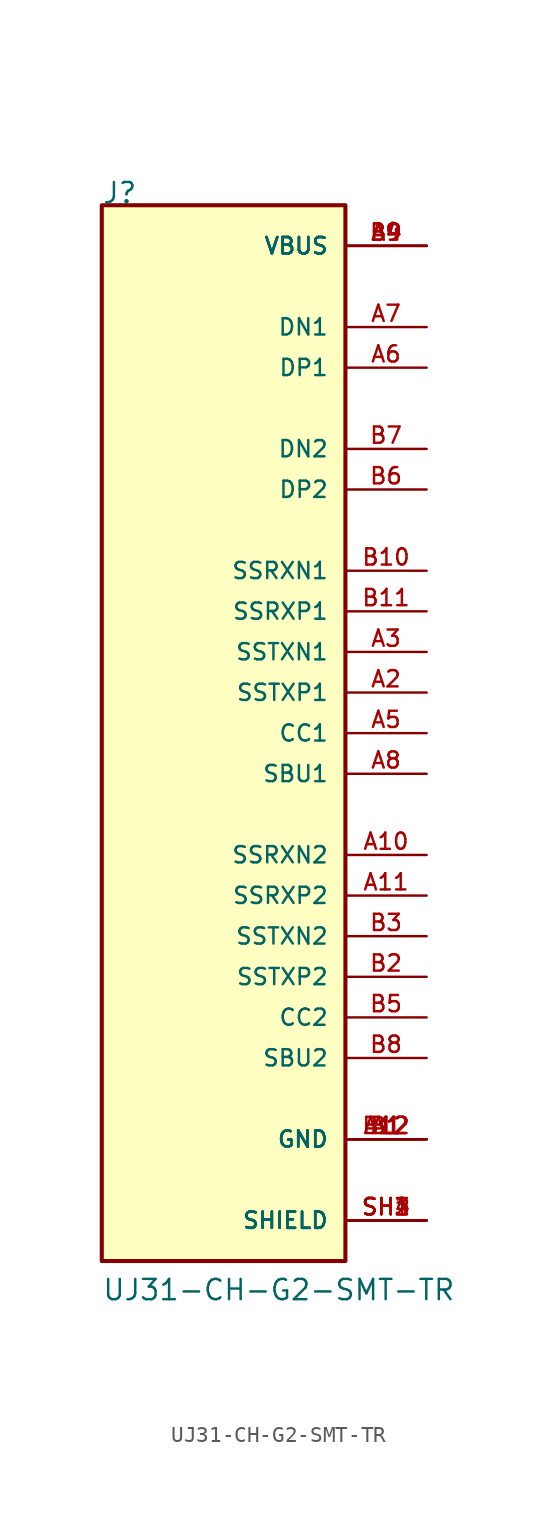
<source format=kicad_sym>
(kicad_symbol_lib
  (version 20211014)
  (generator kicad_symbol_editor)
  (symbol "UJ31-CH-G2-SMT-TR"
    (pin_names
      (offset 1.016))
    (property "Reference" "J"
      (at -7.626 33.045 0)
      (effects (font (size 1.27 1.27)) (justify bottom left)))
    (property "Value" "UJ31-CH-G2-SMT-TR"
      (at -7.622 -35.569 0)
      (effects (font (size 1.27 1.27)) (justify bottom left)))
    (symbol "UJ31-CH-G2-SMT-TR_0_0"
      (rectangle (start -7.62 -33.02) (end 7.62 33.02) (stroke (width 0.254)) (fill (type background)))
      (pin power_in line (at 12.7 30.48 180.0) (length 5.08) (name "VBUS" (effects (font (size 1.016 1.016)))) (number "A4" (effects (font (size 1.016 1.016)))))
      (pin power_in line (at 12.7 30.48 180.0) (length 5.08) (name "VBUS" (effects (font (size 1.016 1.016)))) (number "A9" (effects (font (size 1.016 1.016)))))
      (pin power_in line (at 12.7 30.48 180.0) (length 5.08) (name "VBUS" (effects (font (size 1.016 1.016)))) (number "B4" (effects (font (size 1.016 1.016)))))
      (pin power_in line (at 12.7 30.48 180.0) (length 5.08) (name "VBUS" (effects (font (size 1.016 1.016)))) (number "B9" (effects (font (size 1.016 1.016)))))
      (pin power_in line (at 12.7 -30.48 180.0) (length 5.08) (name "SHIELD" (effects (font (size 1.016 1.016)))) (number "SH1" (effects (font (size 1.016 1.016)))))
      (pin power_in line (at 12.7 -30.48 180.0) (length 5.08) (name "SHIELD" (effects (font (size 1.016 1.016)))) (number "SH2" (effects (font (size 1.016 1.016)))))
      (pin power_in line (at 12.7 -30.48 180.0) (length 5.08) (name "SHIELD" (effects (font (size 1.016 1.016)))) (number "SH3" (effects (font (size 1.016 1.016)))))
      (pin power_in line (at 12.7 -30.48 180.0) (length 5.08) (name "SHIELD" (effects (font (size 1.016 1.016)))) (number "SH4" (effects (font (size 1.016 1.016)))))
      (pin bidirectional line (at 12.7 25.4 180.0) (length 5.08) (name "DN1" (effects (font (size 1.016 1.016)))) (number "A7" (effects (font (size 1.016 1.016)))))
      (pin bidirectional line (at 12.7 22.86 180.0) (length 5.08) (name "DP1" (effects (font (size 1.016 1.016)))) (number "A6" (effects (font (size 1.016 1.016)))))
      (pin bidirectional line (at 12.7 17.78 180.0) (length 5.08) (name "DN2" (effects (font (size 1.016 1.016)))) (number "B7" (effects (font (size 1.016 1.016)))))
      (pin bidirectional line (at 12.7 15.24 180.0) (length 5.08) (name "DP2" (effects (font (size 1.016 1.016)))) (number "B6" (effects (font (size 1.016 1.016)))))
      (pin power_in line (at 12.7 -25.4 180.0) (length 5.08) (name "GND" (effects (font (size 1.016 1.016)))) (number "A1" (effects (font (size 1.016 1.016)))))
      (pin power_in line (at 12.7 -25.4 180.0) (length 5.08) (name "GND" (effects (font (size 1.016 1.016)))) (number "A12" (effects (font (size 1.016 1.016)))))
      (pin power_in line (at 12.7 -25.4 180.0) (length 5.08) (name "GND" (effects (font (size 1.016 1.016)))) (number "B1" (effects (font (size 1.016 1.016)))))
      (pin power_in line (at 12.7 -25.4 180.0) (length 5.08) (name "GND" (effects (font (size 1.016 1.016)))) (number "B12" (effects (font (size 1.016 1.016)))))
      (pin bidirectional line (at 12.7 10.16 180.0) (length 5.08) (name "SSRXN1" (effects (font (size 1.016 1.016)))) (number "B10" (effects (font (size 1.016 1.016)))))
      (pin bidirectional line (at 12.7 7.62 180.0) (length 5.08) (name "SSRXP1" (effects (font (size 1.016 1.016)))) (number "B11" (effects (font (size 1.016 1.016)))))
      (pin bidirectional line (at 12.7 5.08 180.0) (length 5.08) (name "SSTXN1" (effects (font (size 1.016 1.016)))) (number "A3" (effects (font (size 1.016 1.016)))))
      (pin bidirectional line (at 12.7 2.54 180.0) (length 5.08) (name "SSTXP1" (effects (font (size 1.016 1.016)))) (number "A2" (effects (font (size 1.016 1.016)))))
      (pin bidirectional line (at 12.7 0.0 180.0) (length 5.08) (name "CC1" (effects (font (size 1.016 1.016)))) (number "A5" (effects (font (size 1.016 1.016)))))
      (pin bidirectional line (at 12.7 -2.54 180.0) (length 5.08) (name "SBU1" (effects (font (size 1.016 1.016)))) (number "A8" (effects (font (size 1.016 1.016)))))
      (pin bidirectional line (at 12.7 -7.62 180.0) (length 5.08) (name "SSRXN2" (effects (font (size 1.016 1.016)))) (number "A10" (effects (font (size 1.016 1.016)))))
      (pin bidirectional line (at 12.7 -10.16 180.0) (length 5.08) (name "SSRXP2" (effects (font (size 1.016 1.016)))) (number "A11" (effects (font (size 1.016 1.016)))))
      (pin bidirectional line (at 12.7 -12.7 180.0) (length 5.08) (name "SSTXN2" (effects (font (size 1.016 1.016)))) (number "B3" (effects (font (size 1.016 1.016)))))
      (pin bidirectional line (at 12.7 -15.24 180.0) (length 5.08) (name "SSTXP2" (effects (font (size 1.016 1.016)))) (number "B2" (effects (font (size 1.016 1.016)))))
      (pin bidirectional line (at 12.7 -17.78 180.0) (length 5.08) (name "CC2" (effects (font (size 1.016 1.016)))) (number "B5" (effects (font (size 1.016 1.016)))))
      (pin bidirectional line (at 12.7 -20.32 180.0) (length 5.08) (name "SBU2" (effects (font (size 1.016 1.016)))) (number "B8" (effects (font (size 1.016 1.016))))))))
</source>
